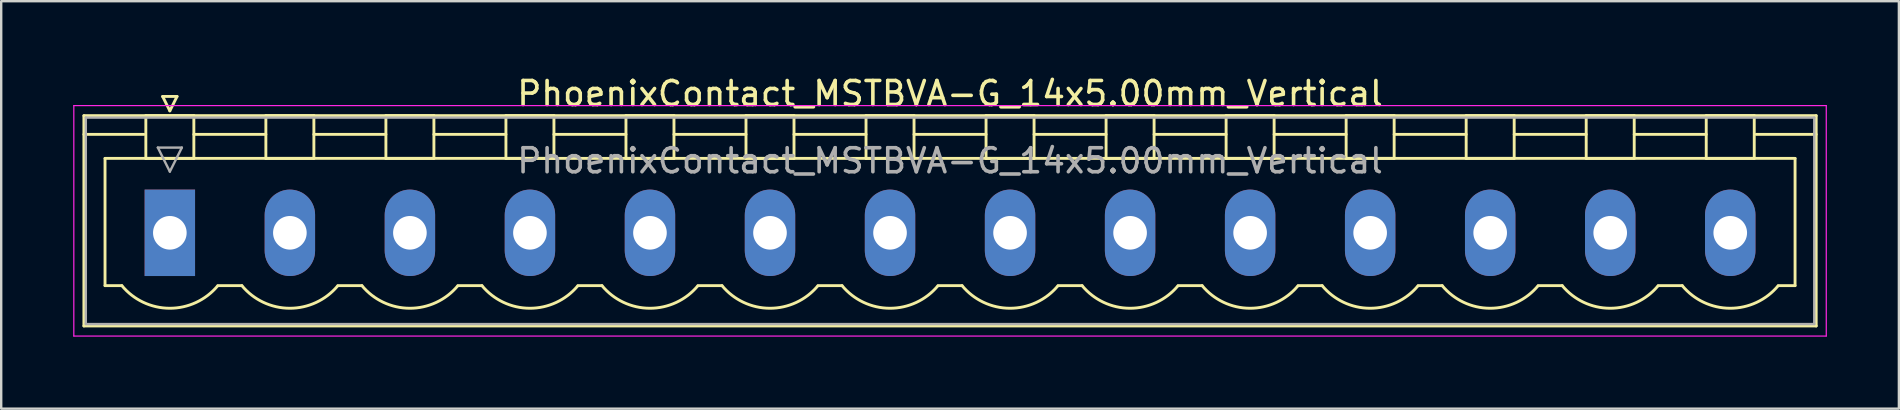
<source format=kicad_pcb>
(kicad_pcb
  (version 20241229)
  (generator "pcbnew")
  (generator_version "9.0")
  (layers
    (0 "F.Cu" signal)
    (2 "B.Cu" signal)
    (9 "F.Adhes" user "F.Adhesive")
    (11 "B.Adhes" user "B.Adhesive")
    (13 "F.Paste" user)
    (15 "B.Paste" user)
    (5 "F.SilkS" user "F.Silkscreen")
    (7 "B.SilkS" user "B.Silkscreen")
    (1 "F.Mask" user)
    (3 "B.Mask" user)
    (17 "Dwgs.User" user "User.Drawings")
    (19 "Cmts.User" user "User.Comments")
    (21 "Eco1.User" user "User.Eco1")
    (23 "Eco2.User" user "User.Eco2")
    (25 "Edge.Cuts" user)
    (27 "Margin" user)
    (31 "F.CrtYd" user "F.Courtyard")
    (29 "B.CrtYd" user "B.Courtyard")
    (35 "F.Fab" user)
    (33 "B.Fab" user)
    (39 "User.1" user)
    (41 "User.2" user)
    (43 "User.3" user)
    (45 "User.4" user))
  (footprint "PhoenixContact_MSTBVA-G_14x5.00mm_Vertical"
    (layer "F.Cu")
    (at 4.025 6.648)
    (property "Reference" "PhoenixContact_MSTBVA-G_14x5.00mm_Vertical" (at 32.5 -5.8 0) (layer "F.SilkS") (effects (font (size 1 1) (thickness 0.15))))
    (attr through_hole)
    (fp_line (start -3.58 -4.88) (end -3.58 3.88) (stroke (width 0.12) (type solid)) (layer "F.SilkS"))
    (fp_line (start -3.58 -4.1) (end -1.08 -4.1) (stroke (width 0.12) (type solid)) (layer "F.SilkS"))
    (fp_line (start -3.58 3.88) (end 68.58 3.88) (stroke (width 0.12) (type solid)) (layer "F.SilkS"))
    (fp_line (start -2.7 -3.1) (end 67.7 -3.1) (stroke (width 0.12) (type solid)) (layer "F.SilkS"))
    (fp_line (start -2.7 2.2) (end -2.7 -3.1) (stroke (width 0.12) (type solid)) (layer "F.SilkS"))
    (fp_line (start -2 2.2) (end -2.7 2.2) (stroke (width 0.12) (type solid)) (layer "F.SilkS"))
    (fp_line (start -1 -4.88) (end 1 -4.88) (stroke (width 0.12) (type solid)) (layer "F.SilkS"))
    (fp_line (start -1 -3.1) (end -1 -4.88) (stroke (width 0.12) (type solid)) (layer "F.SilkS"))
    (fp_line (start -0.3 -5.68) (end 0.3 -5.68) (stroke (width 0.12) (type solid)) (layer "F.SilkS"))
    (fp_line (start 0 -5.08) (end -0.3 -5.68) (stroke (width 0.12) (type solid)) (layer "F.SilkS"))
    (fp_line (start 0.3 -5.68) (end 0 -5.08) (stroke (width 0.12) (type solid)) (layer "F.SilkS"))
    (fp_line (start 1 -4.88) (end 1 -3.1) (stroke (width 0.12) (type solid)) (layer "F.SilkS"))
    (fp_line (start 1 -4.1) (end 4 -4.1) (stroke (width 0.12) (type solid)) (layer "F.SilkS"))
    (fp_line (start 1 -3.1) (end -1 -3.1) (stroke (width 0.12) (type solid)) (layer "F.SilkS"))
    (fp_line (start 2 2.2) (end 3 2.2) (stroke (width 0.12) (type solid)) (layer "F.SilkS"))
    (fp_line (start 4 -4.88) (end 6 -4.88) (stroke (width 0.12) (type solid)) (layer "F.SilkS"))
    (fp_line (start 4 -3.1) (end 4 -4.88) (stroke (width 0.12) (type solid)) (layer "F.SilkS"))
    (fp_line (start 6 -4.88) (end 6 -3.1) (stroke (width 0.12) (type solid)) (layer "F.SilkS"))
    (fp_line (start 6 -4.1) (end 9 -4.1) (stroke (width 0.12) (type solid)) (layer "F.SilkS"))
    (fp_line (start 6 -3.1) (end 4 -3.1) (stroke (width 0.12) (type solid)) (layer "F.SilkS"))
    (fp_line (start 7 2.2) (end 8 2.2) (stroke (width 0.12) (type solid)) (layer "F.SilkS"))
    (fp_line (start 9 -4.88) (end 11 -4.88) (stroke (width 0.12) (type solid)) (layer "F.SilkS"))
    (fp_line (start 9 -3.1) (end 9 -4.88) (stroke (width 0.12) (type solid)) (layer "F.SilkS"))
    (fp_line (start 11 -4.88) (end 11 -3.1) (stroke (width 0.12) (type solid)) (layer "F.SilkS"))
    (fp_line (start 11 -4.1) (end 14 -4.1) (stroke (width 0.12) (type solid)) (layer "F.SilkS"))
    (fp_line (start 11 -3.1) (end 9 -3.1) (stroke (width 0.12) (type solid)) (layer "F.SilkS"))
    (fp_line (start 12 2.2) (end 13 2.2) (stroke (width 0.12) (type solid)) (layer "F.SilkS"))
    (fp_line (start 14 -4.88) (end 16 -4.88) (stroke (width 0.12) (type solid)) (layer "F.SilkS"))
    (fp_line (start 14 -3.1) (end 14 -4.88) (stroke (width 0.12) (type solid)) (layer "F.SilkS"))
    (fp_line (start 16 -4.88) (end 16 -3.1) (stroke (width 0.12) (type solid)) (layer "F.SilkS"))
    (fp_line (start 16 -4.1) (end 19 -4.1) (stroke (width 0.12) (type solid)) (layer "F.SilkS"))
    (fp_line (start 16 -3.1) (end 14 -3.1) (stroke (width 0.12) (type solid)) (layer "F.SilkS"))
    (fp_line (start 17 2.2) (end 18 2.2) (stroke (width 0.12) (type solid)) (layer "F.SilkS"))
    (fp_line (start 19 -4.88) (end 21 -4.88) (stroke (width 0.12) (type solid)) (layer "F.SilkS"))
    (fp_line (start 19 -3.1) (end 19 -4.88) (stroke (width 0.12) (type solid)) (layer "F.SilkS"))
    (fp_line (start 21 -4.88) (end 21 -3.1) (stroke (width 0.12) (type solid)) (layer "F.SilkS"))
    (fp_line (start 21 -4.1) (end 24 -4.1) (stroke (width 0.12) (type solid)) (layer "F.SilkS"))
    (fp_line (start 21 -3.1) (end 19 -3.1) (stroke (width 0.12) (type solid)) (layer "F.SilkS"))
    (fp_line (start 22 2.2) (end 23 2.2) (stroke (width 0.12) (type solid)) (layer "F.SilkS"))
    (fp_line (start 24 -4.88) (end 26 -4.88) (stroke (width 0.12) (type solid)) (layer "F.SilkS"))
    (fp_line (start 24 -3.1) (end 24 -4.88) (stroke (width 0.12) (type solid)) (layer "F.SilkS"))
    (fp_line (start 26 -4.88) (end 26 -3.1) (stroke (width 0.12) (type solid)) (layer "F.SilkS"))
    (fp_line (start 26 -4.1) (end 29 -4.1) (stroke (width 0.12) (type solid)) (layer "F.SilkS"))
    (fp_line (start 26 -3.1) (end 24 -3.1) (stroke (width 0.12) (type solid)) (layer "F.SilkS"))
    (fp_line (start 27 2.2) (end 28 2.2) (stroke (width 0.12) (type solid)) (layer "F.SilkS"))
    (fp_line (start 29 -4.88) (end 31 -4.88) (stroke (width 0.12) (type solid)) (layer "F.SilkS"))
    (fp_line (start 29 -3.1) (end 29 -4.88) (stroke (width 0.12) (type solid)) (layer "F.SilkS"))
    (fp_line (start 31 -4.88) (end 31 -3.1) (stroke (width 0.12) (type solid)) (layer "F.SilkS"))
    (fp_line (start 31 -4.1) (end 34 -4.1) (stroke (width 0.12) (type solid)) (layer "F.SilkS"))
    (fp_line (start 31 -3.1) (end 29 -3.1) (stroke (width 0.12) (type solid)) (layer "F.SilkS"))
    (fp_line (start 32 2.2) (end 33 2.2) (stroke (width 0.12) (type solid)) (layer "F.SilkS"))
    (fp_line (start 34 -4.88) (end 36 -4.88) (stroke (width 0.12) (type solid)) (layer "F.SilkS"))
    (fp_line (start 34 -3.1) (end 34 -4.88) (stroke (width 0.12) (type solid)) (layer "F.SilkS"))
    (fp_line (start 36 -4.88) (end 36 -3.1) (stroke (width 0.12) (type solid)) (layer "F.SilkS"))
    (fp_line (start 36 -4.1) (end 39 -4.1) (stroke (width 0.12) (type solid)) (layer "F.SilkS"))
    (fp_line (start 36 -3.1) (end 34 -3.1) (stroke (width 0.12) (type solid)) (layer "F.SilkS"))
    (fp_line (start 37 2.2) (end 38 2.2) (stroke (width 0.12) (type solid)) (layer "F.SilkS"))
    (fp_line (start 39 -4.88) (end 41 -4.88) (stroke (width 0.12) (type solid)) (layer "F.SilkS"))
    (fp_line (start 39 -3.1) (end 39 -4.88) (stroke (width 0.12) (type solid)) (layer "F.SilkS"))
    (fp_line (start 41 -4.88) (end 41 -3.1) (stroke (width 0.12) (type solid)) (layer "F.SilkS"))
    (fp_line (start 41 -4.1) (end 44 -4.1) (stroke (width 0.12) (type solid)) (layer "F.SilkS"))
    (fp_line (start 41 -3.1) (end 39 -3.1) (stroke (width 0.12) (type solid)) (layer "F.SilkS"))
    (fp_line (start 42 2.2) (end 43 2.2) (stroke (width 0.12) (type solid)) (layer "F.SilkS"))
    (fp_line (start 44 -4.88) (end 46 -4.88) (stroke (width 0.12) (type solid)) (layer "F.SilkS"))
    (fp_line (start 44 -3.1) (end 44 -4.88) (stroke (width 0.12) (type solid)) (layer "F.SilkS"))
    (fp_line (start 46 -4.88) (end 46 -3.1) (stroke (width 0.12) (type solid)) (layer "F.SilkS"))
    (fp_line (start 46 -4.1) (end 49 -4.1) (stroke (width 0.12) (type solid)) (layer "F.SilkS"))
    (fp_line (start 46 -3.1) (end 44 -3.1) (stroke (width 0.12) (type solid)) (layer "F.SilkS"))
    (fp_line (start 47 2.2) (end 48 2.2) (stroke (width 0.12) (type solid)) (layer "F.SilkS"))
    (fp_line (start 49 -4.88) (end 51 -4.88) (stroke (width 0.12) (type solid)) (layer "F.SilkS"))
    (fp_line (start 49 -3.1) (end 49 -4.88) (stroke (width 0.12) (type solid)) (layer "F.SilkS"))
    (fp_line (start 51 -4.88) (end 51 -3.1) (stroke (width 0.12) (type solid)) (layer "F.SilkS"))
    (fp_line (start 51 -4.1) (end 54 -4.1) (stroke (width 0.12) (type solid)) (layer "F.SilkS"))
    (fp_line (start 51 -3.1) (end 49 -3.1) (stroke (width 0.12) (type solid)) (layer "F.SilkS"))
    (fp_line (start 52 2.2) (end 53 2.2) (stroke (width 0.12) (type solid)) (layer "F.SilkS"))
    (fp_line (start 54 -4.88) (end 56 -4.88) (stroke (width 0.12) (type solid)) (layer "F.SilkS"))
    (fp_line (start 54 -3.1) (end 54 -4.88) (stroke (width 0.12) (type solid)) (layer "F.SilkS"))
    (fp_line (start 56 -4.88) (end 56 -3.1) (stroke (width 0.12) (type solid)) (layer "F.SilkS"))
    (fp_line (start 56 -4.1) (end 59 -4.1) (stroke (width 0.12) (type solid)) (layer "F.SilkS"))
    (fp_line (start 56 -3.1) (end 54 -3.1) (stroke (width 0.12) (type solid)) (layer "F.SilkS"))
    (fp_line (start 57 2.2) (end 58 2.2) (stroke (width 0.12) (type solid)) (layer "F.SilkS"))
    (fp_line (start 59 -4.88) (end 61 -4.88) (stroke (width 0.12) (type solid)) (layer "F.SilkS"))
    (fp_line (start 59 -3.1) (end 59 -4.88) (stroke (width 0.12) (type solid)) (layer "F.SilkS"))
    (fp_line (start 61 -4.88) (end 61 -3.1) (stroke (width 0.12) (type solid)) (layer "F.SilkS"))
    (fp_line (start 61 -4.1) (end 64 -4.1) (stroke (width 0.12) (type solid)) (layer "F.SilkS"))
    (fp_line (start 61 -3.1) (end 59 -3.1) (stroke (width 0.12) (type solid)) (layer "F.SilkS"))
    (fp_line (start 62 2.2) (end 63 2.2) (stroke (width 0.12) (type solid)) (layer "F.SilkS"))
    (fp_line (start 64 -4.88) (end 66 -4.88) (stroke (width 0.12) (type solid)) (layer "F.SilkS"))
    (fp_line (start 64 -3.1) (end 64 -4.88) (stroke (width 0.12) (type solid)) (layer "F.SilkS"))
    (fp_line (start 66 -4.88) (end 66 -3.1) (stroke (width 0.12) (type solid)) (layer "F.SilkS"))
    (fp_line (start 66 -3.1) (end 64 -3.1) (stroke (width 0.12) (type solid)) (layer "F.SilkS"))
    (fp_line (start 67.7 -3.1) (end 67.7 2.2) (stroke (width 0.12) (type solid)) (layer "F.SilkS"))
    (fp_line (start 67.7 2.2) (end 67 2.2) (stroke (width 0.12) (type solid)) (layer "F.SilkS"))
    (fp_line (start 68.58 -4.88) (end -3.58 -4.88) (stroke (width 0.12) (type solid)) (layer "F.SilkS"))
    (fp_line (start 68.58 -4.1) (end 66.08 -4.1) (stroke (width 0.12) (type solid)) (layer "F.SilkS"))
    (fp_line (start 68.58 3.88) (end 68.58 -4.88) (stroke (width 0.12) (type solid)) (layer "F.SilkS"))
    (fp_arc (start 1.986842 2.215821) (mid -0.010289 3.142758) (end -2 2.2) (stroke (width 0.12) (type solid)) (layer "F.SilkS"))
    (fp_arc (start 6.986842 2.215821) (mid 4.989711 3.142758) (end 3 2.2) (stroke (width 0.12) (type solid)) (layer "F.SilkS"))
    (fp_arc (start 11.986842 2.215821) (mid 9.989711 3.142758) (end 8 2.2) (stroke (width 0.12) (type solid)) (layer "F.SilkS"))
    (fp_arc (start 16.986842 2.215821) (mid 14.989711 3.142758) (end 13 2.2) (stroke (width 0.12) (type solid)) (layer "F.SilkS"))
    (fp_arc (start 21.986842 2.215821) (mid 19.989711 3.142758) (end 18 2.2) (stroke (width 0.12) (type solid)) (layer "F.SilkS"))
    (fp_arc (start 26.986842 2.215821) (mid 24.989711 3.142758) (end 23 2.2) (stroke (width 0.12) (type solid)) (layer "F.SilkS"))
    (fp_arc (start 31.986842 2.215821) (mid 29.989711 3.142758) (end 28 2.2) (stroke (width 0.12) (type solid)) (layer "F.SilkS"))
    (fp_arc (start 36.986842 2.215821) (mid 34.989711 3.142758) (end 33 2.2) (stroke (width 0.12) (type solid)) (layer "F.SilkS"))
    (fp_arc (start 41.986842 2.215821) (mid 39.989711 3.142758) (end 38 2.2) (stroke (width 0.12) (type solid)) (layer "F.SilkS"))
    (fp_arc (start 46.986842 2.215821) (mid 44.989711 3.142758) (end 43 2.2) (stroke (width 0.12) (type solid)) (layer "F.SilkS"))
    (fp_arc (start 51.986842 2.215821) (mid 49.989711 3.142758) (end 48 2.2) (stroke (width 0.12) (type solid)) (layer "F.SilkS"))
    (fp_arc (start 56.986842 2.215821) (mid 54.989711 3.142758) (end 53 2.2) (stroke (width 0.12) (type solid)) (layer "F.SilkS"))
    (fp_arc (start 61.986842 2.215821) (mid 59.989711 3.142758) (end 58 2.2) (stroke (width 0.12) (type solid)) (layer "F.SilkS"))
    (fp_arc (start 66.986842 2.215821) (mid 64.989711 3.142758) (end 63 2.2) (stroke (width 0.12) (type solid)) (layer "F.SilkS"))
    (fp_line (start -4 -5.3) (end -4 4.3) (stroke (width 0.05) (type solid)) (layer "F.CrtYd"))
    (fp_line (start -4 4.3) (end 69 4.3) (stroke (width 0.05) (type solid)) (layer "F.CrtYd"))
    (fp_line (start 69 -5.3) (end -4 -5.3) (stroke (width 0.05) (type solid)) (layer "F.CrtYd"))
    (fp_line (start 69 4.3) (end 69 -5.3) (stroke (width 0.05) (type solid)) (layer "F.CrtYd"))
    (fp_line (start -3.5 -4.8) (end -3.5 3.8) (stroke (width 0.1) (type solid)) (layer "F.Fab"))
    (fp_line (start -3.5 3.8) (end 68.5 3.8) (stroke (width 0.1) (type solid)) (layer "F.Fab"))
    (fp_line (start -0.5 -3.55) (end 0.5 -3.55) (stroke (width 0.1) (type solid)) (layer "F.Fab"))
    (fp_line (start 0 -2.55) (end -0.5 -3.55) (stroke (width 0.1) (type solid)) (layer "F.Fab"))
    (fp_line (start 0.5 -3.55) (end 0 -2.55) (stroke (width 0.1) (type solid)) (layer "F.Fab"))
    (fp_line (start 68.5 -4.8) (end -3.5 -4.8) (stroke (width 0.1) (type solid)) (layer "F.Fab"))
    (fp_line (start 68.5 3.8) (end 68.5 -4.8) (stroke (width 0.1) (type solid)) (layer "F.Fab"))
    (fp_text user "${REFERENCE}" (at 32.5 -3 0) (layer "F.Fab") (effects (font (size 1 1) (thickness 0.15))))
    (pad "1" thru_hole rect (at 0 0) (size 2.1 3.6) (drill 1.4) (layers "*.Cu" "*.Mask"))
    (pad "2" thru_hole oval (at 5 0) (size 2.1 3.6) (drill 1.4) (layers "*.Cu" "*.Mask"))
    (pad "3" thru_hole oval (at 10 0) (size 2.1 3.6) (drill 1.4) (layers "*.Cu" "*.Mask"))
    (pad "4" thru_hole oval (at 15 0) (size 2.1 3.6) (drill 1.4) (layers "*.Cu" "*.Mask"))
    (pad "5" thru_hole oval (at 20 0) (size 2.1 3.6) (drill 1.4) (layers "*.Cu" "*.Mask"))
    (pad "6" thru_hole oval (at 25 0) (size 2.1 3.6) (drill 1.4) (layers "*.Cu" "*.Mask"))
    (pad "7" thru_hole oval (at 30 0) (size 2.1 3.6) (drill 1.4) (layers "*.Cu" "*.Mask"))
    (pad "8" thru_hole oval (at 35 0) (size 2.1 3.6) (drill 1.4) (layers "*.Cu" "*.Mask"))
    (pad "9" thru_hole oval (at 40 0) (size 2.1 3.6) (drill 1.4) (layers "*.Cu" "*.Mask"))
    (pad "10" thru_hole oval (at 45 0) (size 2.1 3.6) (drill 1.4) (layers "*.Cu" "*.Mask"))
    (pad "11" thru_hole oval (at 50 0) (size 2.1 3.6) (drill 1.4) (layers "*.Cu" "*.Mask"))
    (pad "12" thru_hole oval (at 55 0) (size 2.1 3.6) (drill 1.4) (layers "*.Cu" "*.Mask"))
    (pad "13" thru_hole oval (at 60 0) (size 2.1 3.6) (drill 1.4) (layers "*.Cu" "*.Mask"))
    (pad "14" thru_hole oval (at 65 0) (size 2.1 3.6) (drill 1.4) (layers "*.Cu" "*.Mask")))
  (gr_rect
    (start -3 -3)
    (end 76.05 13.973)
    (stroke (width 0.1) (type default))
    (fill no)
    (layer "Edge.Cuts")))
</source>
